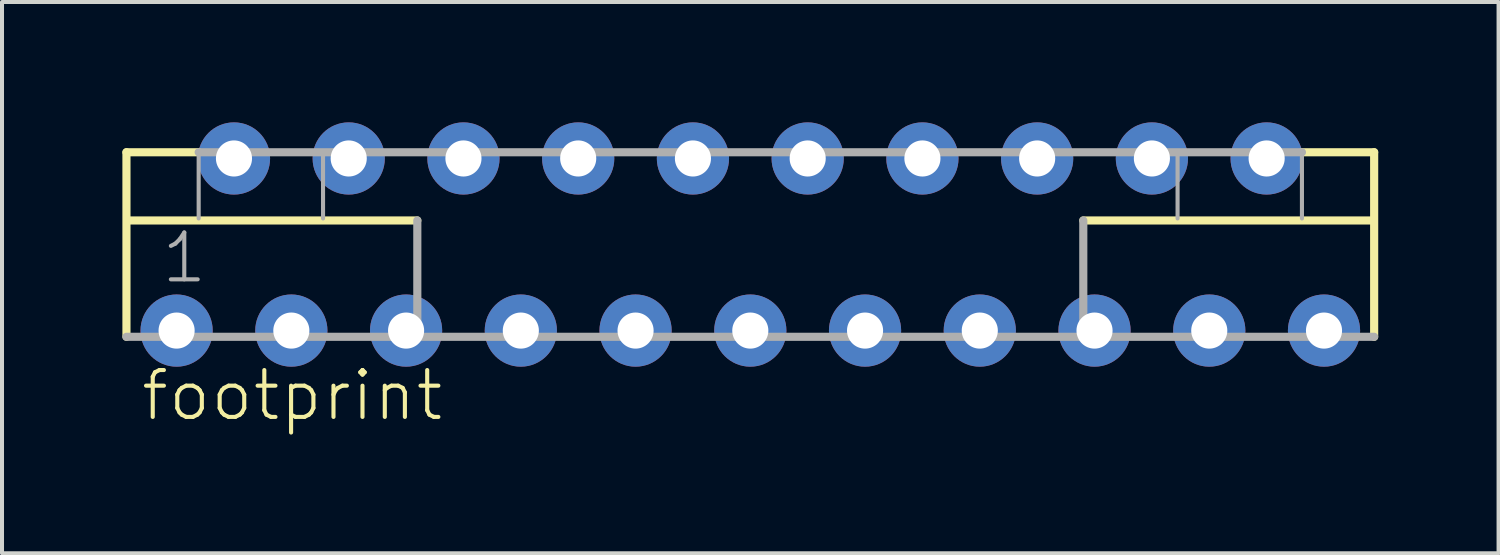
<source format=kicad_pcb>
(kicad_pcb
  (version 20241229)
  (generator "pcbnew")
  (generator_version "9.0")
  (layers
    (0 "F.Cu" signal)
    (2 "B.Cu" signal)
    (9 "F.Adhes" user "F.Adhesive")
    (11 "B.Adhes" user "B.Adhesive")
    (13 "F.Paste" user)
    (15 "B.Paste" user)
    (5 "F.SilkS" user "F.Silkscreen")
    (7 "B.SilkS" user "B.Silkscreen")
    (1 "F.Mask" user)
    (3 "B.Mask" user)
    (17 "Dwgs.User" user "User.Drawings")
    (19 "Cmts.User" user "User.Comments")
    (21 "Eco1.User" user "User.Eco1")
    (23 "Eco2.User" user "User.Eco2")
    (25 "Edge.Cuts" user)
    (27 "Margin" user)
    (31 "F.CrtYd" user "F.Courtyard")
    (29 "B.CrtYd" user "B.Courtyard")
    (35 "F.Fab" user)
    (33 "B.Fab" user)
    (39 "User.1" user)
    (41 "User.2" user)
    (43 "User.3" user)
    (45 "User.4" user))
  (footprint "footprint"
    (layer "F.Cu")
    (at 15.652 3.045)
    (property "Reference" "footprint" (at -15.24 4.445 0) (layer "F.SilkS") (effects (font (size 1.168 1.168) (thickness 0.102)) (justify left bottom)))
    (fp_line (start -15.55 -2.3) (end -13.75 -2.3) (stroke (width 0.203) (type solid)) (layer "F.SilkS"))
    (fp_line (start -15.55 2.3) (end -15.55 -2.3) (stroke (width 0.203) (type solid)) (layer "F.SilkS"))
    (fp_line (start -15.5 -0.6) (end -8.3 -0.6) (stroke (width 0.203) (type solid)) (layer "F.SilkS"))
    (fp_line (start 13.75 -2.3) (end 15.55 -2.3) (stroke (width 0.203) (type solid)) (layer "F.SilkS"))
    (fp_line (start 15.45 -0.6) (end 8.3 -0.6) (stroke (width 0.203) (type solid)) (layer "F.SilkS"))
    (fp_line (start 15.55 -2.3) (end 15.55 2.3) (stroke (width 0.203) (type solid)) (layer "F.SilkS"))
    (fp_line (start -13.75 -2.3) (end -13.75 -0.65) (stroke (width 0.102) (type solid)) (layer "F.Fab"))
    (fp_line (start -13.75 -2.3) (end 13.75 -2.3) (stroke (width 0.203) (type solid)) (layer "F.Fab"))
    (fp_line (start -10.65 -2.25) (end -10.65 -0.65) (stroke (width 0.102) (type solid)) (layer "F.Fab"))
    (fp_line (start -8.3 -0.6) (end -8.3 2.2) (stroke (width 0.203) (type solid)) (layer "F.Fab"))
    (fp_line (start 8.3 -0.6) (end 8.3 2.2) (stroke (width 0.203) (type solid)) (layer "F.Fab"))
    (fp_line (start 10.65 -2.25) (end 10.65 -0.65) (stroke (width 0.102) (type solid)) (layer "F.Fab"))
    (fp_line (start 13.75 -2.3) (end 13.75 -0.65) (stroke (width 0.102) (type solid)) (layer "F.Fab"))
    (fp_line (start 15.55 2.3) (end -15.55 2.3) (stroke (width 0.203) (type solid)) (layer "F.Fab"))
    (fp_text user "1" (at -14.732 1.016 0) (layer "F.Fab") (effects (font (size 1.168 1.168) (thickness 0.102)) (justify left bottom)))
    (pad "1" thru_hole circle (at -14.3 2.145) (size 1.8 1.8) (drill 0.9) (layers "*.Cu" "*.Mask"))
    (pad "2" thru_hole circle (at -12.87 -2.145) (size 1.8 1.8) (drill 0.9) (layers "*.Cu" "*.Mask"))
    (pad "3" thru_hole circle (at -11.44 2.145) (size 1.8 1.8) (drill 0.9) (layers "*.Cu" "*.Mask"))
    (pad "4" thru_hole circle (at -10.01 -2.145) (size 1.8 1.8) (drill 0.9) (layers "*.Cu" "*.Mask"))
    (pad "5" thru_hole circle (at -8.58 2.145) (size 1.8 1.8) (drill 0.9) (layers "*.Cu" "*.Mask"))
    (pad "6" thru_hole circle (at -7.15 -2.145) (size 1.8 1.8) (drill 0.9) (layers "*.Cu" "*.Mask"))
    (pad "7" thru_hole circle (at -5.72 2.145) (size 1.8 1.8) (drill 0.9) (layers "*.Cu" "*.Mask"))
    (pad "8" thru_hole circle (at -4.29 -2.145) (size 1.8 1.8) (drill 0.9) (layers "*.Cu" "*.Mask"))
    (pad "9" thru_hole circle (at -2.86 2.145) (size 1.8 1.8) (drill 0.9) (layers "*.Cu" "*.Mask"))
    (pad "10" thru_hole circle (at -1.43 -2.145) (size 1.8 1.8) (drill 0.9) (layers "*.Cu" "*.Mask"))
    (pad "11" thru_hole circle (at 0 2.145) (size 1.8 1.8) (drill 0.9) (layers "*.Cu" "*.Mask"))
    (pad "12" thru_hole circle (at 1.43 -2.145) (size 1.8 1.8) (drill 0.9) (layers "*.Cu" "*.Mask"))
    (pad "13" thru_hole circle (at 2.86 2.145) (size 1.8 1.8) (drill 0.9) (layers "*.Cu" "*.Mask"))
    (pad "14" thru_hole circle (at 4.29 -2.145) (size 1.8 1.8) (drill 0.9) (layers "*.Cu" "*.Mask"))
    (pad "15" thru_hole circle (at 5.72 2.145) (size 1.8 1.8) (drill 0.9) (layers "*.Cu" "*.Mask"))
    (pad "16" thru_hole circle (at 7.15 -2.145) (size 1.8 1.8) (drill 0.9) (layers "*.Cu" "*.Mask"))
    (pad "17" thru_hole circle (at 8.58 2.145) (size 1.8 1.8) (drill 0.9) (layers "*.Cu" "*.Mask"))
    (pad "18" thru_hole circle (at 10.01 -2.145) (size 1.8 1.8) (drill 0.9) (layers "*.Cu" "*.Mask"))
    (pad "19" thru_hole circle (at 11.44 2.145) (size 1.8 1.8) (drill 0.9) (layers "*.Cu" "*.Mask"))
    (pad "20" thru_hole circle (at 12.87 -2.145) (size 1.8 1.8) (drill 0.9) (layers "*.Cu" "*.Mask"))
    (pad "21" thru_hole circle (at 14.3 2.145) (size 1.8 1.8) (drill 0.9) (layers "*.Cu" "*.Mask")))
  (gr_rect
    (start -3 -3)
    (end 34.303 10.74)
    (stroke (width 0.1) (type default))
    (fill no)
    (layer "Edge.Cuts")))
</source>
